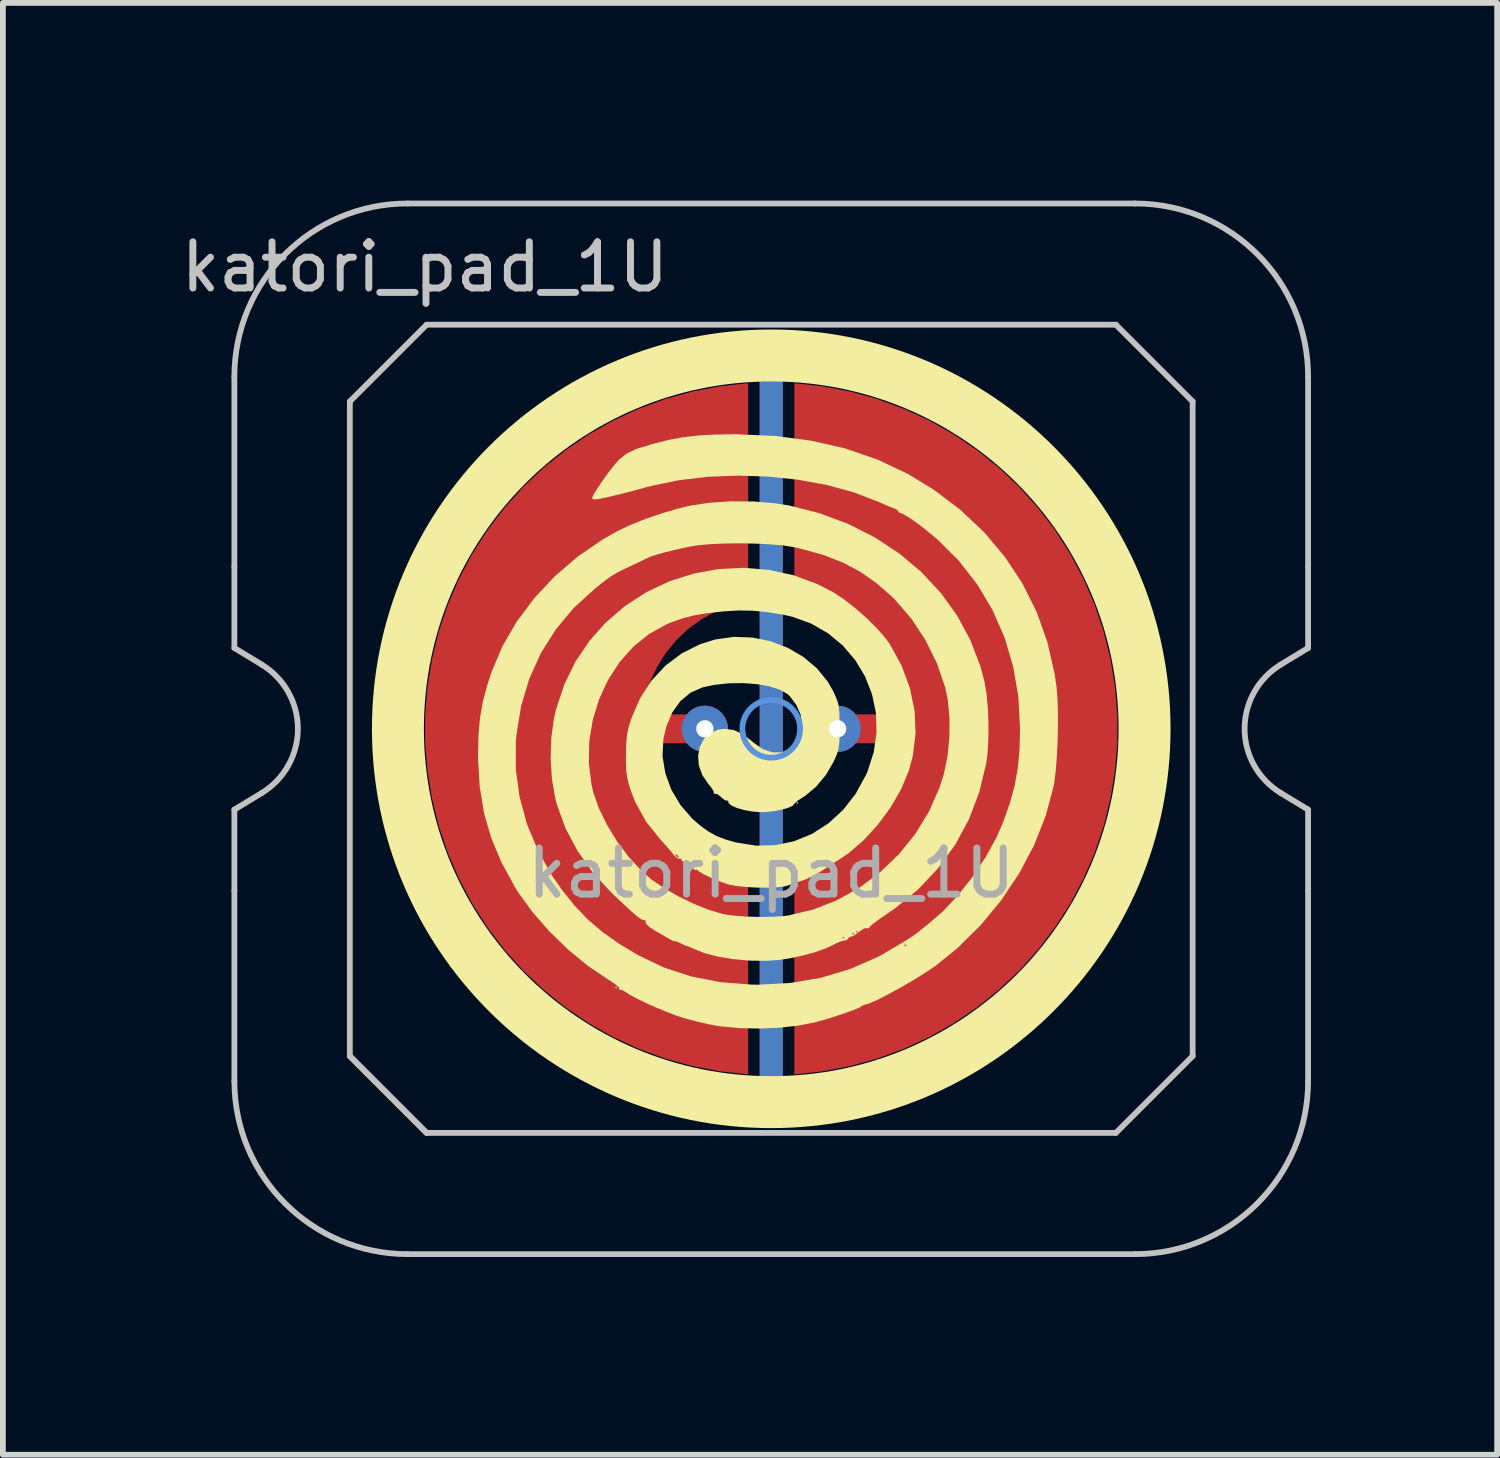
<source format=kicad_pcb>
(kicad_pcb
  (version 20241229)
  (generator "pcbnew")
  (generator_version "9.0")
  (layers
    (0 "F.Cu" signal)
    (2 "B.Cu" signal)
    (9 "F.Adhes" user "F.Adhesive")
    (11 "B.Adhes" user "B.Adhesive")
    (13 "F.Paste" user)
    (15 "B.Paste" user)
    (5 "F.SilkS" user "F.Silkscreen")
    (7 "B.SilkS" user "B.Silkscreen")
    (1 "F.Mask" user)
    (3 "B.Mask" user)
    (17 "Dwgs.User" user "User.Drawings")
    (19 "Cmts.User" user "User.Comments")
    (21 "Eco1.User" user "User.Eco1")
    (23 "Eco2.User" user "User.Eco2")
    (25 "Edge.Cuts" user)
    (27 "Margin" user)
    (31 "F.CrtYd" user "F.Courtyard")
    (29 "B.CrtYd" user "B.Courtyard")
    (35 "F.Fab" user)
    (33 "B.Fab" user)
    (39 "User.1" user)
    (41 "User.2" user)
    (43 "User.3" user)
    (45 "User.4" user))
  (footprint "katori_pad_1U"
    (layer "F.Cu")
    (at 10.31 9.575)
    (property "Reference" "katori_pad_1U" (at -6 -8 0) (layer "Dwgs.User") (effects (font (size 0.8 0.8) (thickness 0.12))))
    (attr exclude_from_pos_files exclude_from_bom)
    (fp_circle (center 0 0) (end -6.467 0) (stroke (width 0.9) (type solid)) (fill no) (layer "F.SilkS"))
    (fp_poly (pts (xy -2.67 4.483) (xy -2.687 4.5) (xy -2.704 4.483) (xy -2.687 4.467)) (stroke (width 0) (type solid)) (fill yes) (layer "F.SilkS"))
    (fp_poly (pts (xy 0.467 1.283) (xy 0.451 1.3) (xy 0.434 1.283) (xy 0.451 1.267)) (stroke (width 0) (type solid)) (fill yes) (layer "F.SilkS"))
    (fp_poly (pts (xy -0.595 -5.102) (xy 0.07 -5.073) (xy 0.696 -4.991) (xy 1.287 -4.855) (xy 1.842 -4.664) (xy 2.365 -4.417) (xy 2.809 -4.147) (xy 3.278 -3.792) (xy 3.693 -3.4) (xy 4.052 -2.973) (xy 4.354 -2.513) (xy 4.599 -2.021) (xy 4.784 -1.5) (xy 4.909 -0.951) (xy 4.943 -0.72) (xy 4.958 -0.53) (xy 4.966 -0.296) (xy 4.966 -0.036) (xy 4.96 0.233) (xy 4.947 0.495) (xy 4.928 0.731) (xy 4.904 0.926) (xy 4.892 0.994) (xy 4.754 1.509) (xy 4.554 2.014) (xy 4.296 2.503) (xy 3.986 2.968) (xy 3.628 3.402) (xy 3.227 3.798) (xy 2.856 4.099) (xy 2.725 4.189) (xy 2.565 4.291) (xy 2.387 4.398) (xy 2.204 4.503) (xy 2.027 4.599) (xy 1.869 4.681) (xy 1.741 4.74) (xy 1.655 4.771) (xy 1.645 4.773) (xy 1.586 4.792) (xy 1.569 4.803) (xy 1.523 4.83) (xy 1.426 4.871) (xy 1.292 4.92) (xy 1.134 4.973) (xy 0.966 5.026) (xy 0.802 5.073) (xy 0.749 5.087) (xy 0.465 5.142) (xy 0.14 5.178) (xy -0.206 5.192) (xy -0.551 5.185) (xy -0.872 5.155) (xy -1.001 5.135) (xy -1.189 5.095) (xy -1.393 5.044) (xy -1.578 4.99) (xy -1.642 4.969) (xy -1.81 4.905) (xy -1.989 4.831) (xy -2.165 4.752) (xy -2.322 4.676) (xy -2.448 4.609) (xy -2.528 4.558) (xy -2.536 4.551) (xy -2.59 4.521) (xy -2.62 4.525) (xy -2.633 4.527) (xy -2.626 4.512) (xy -2.642 4.476) (xy -2.71 4.418) (xy -2.823 4.344) (xy -2.833 4.338) (xy -3.175 4.108) (xy -3.516 3.827) (xy -3.841 3.512) (xy -4.135 3.176) (xy -4.382 2.835) (xy -4.435 2.75) (xy -4.672 2.317) (xy -4.851 1.891) (xy -4.976 1.458) (xy -5.05 1.003) (xy -5.079 0.513) (xy -5.079 0.433) (xy -5.071 0.101) (xy -5.045 -0.192) (xy -4.996 -0.469) (xy -4.919 -0.757) (xy -4.846 -0.982) (xy -4.658 -1.428) (xy -4.409 -1.856) (xy -4.106 -2.262) (xy -3.754 -2.638) (xy -3.358 -2.979) (xy -2.924 -3.278) (xy -2.656 -3.43) (xy -2.439 -3.532) (xy -2.179 -3.636) (xy -1.898 -3.732) (xy -1.619 -3.814) (xy -1.402 -3.866) (xy -1.065 -3.917) (xy -0.692 -3.941) (xy -0.308 -3.938) (xy 0.061 -3.908) (xy 0.31 -3.869) (xy 0.839 -3.734) (xy 1.336 -3.548) (xy 1.798 -3.314) (xy 2.22 -3.036) (xy 2.6 -2.716) (xy 2.934 -2.358) (xy 3.218 -1.965) (xy 3.448 -1.54) (xy 3.622 -1.086) (xy 3.694 -0.817) (xy 3.729 -0.611) (xy 3.752 -0.361) (xy 3.763 -0.09) (xy 3.761 0.18) (xy 3.747 0.427) (xy 3.725 0.595) (xy 3.604 1.096) (xy 3.425 1.568) (xy 3.187 2.008) (xy 2.893 2.413) (xy 2.546 2.782) (xy 2.145 3.11) (xy 1.996 3.213) (xy 1.872 3.298) (xy 1.773 3.371) (xy 1.711 3.424) (xy 1.695 3.448) (xy 1.69 3.458) (xy 1.666 3.451) (xy 1.607 3.459) (xy 1.531 3.509) (xy 1.523 3.515) (xy 1.451 3.571) (xy 1.39 3.599) (xy 1.383 3.6) (xy 1.34 3.619) (xy 1.335 3.633) (xy 1.307 3.661) (xy 1.27 3.667) (xy 1.2 3.683) (xy 1.109 3.724) (xy 1.089 3.735) (xy 0.944 3.804) (xy 0.751 3.872) (xy 0.529 3.932) (xy 0.298 3.98) (xy 0.14 4.004) (xy -0.113 4.02) (xy -0.387 4.015) (xy -0.663 3.989) (xy -0.925 3.946) (xy -1.156 3.886) (xy -1.339 3.814) (xy -1.343 3.811) (xy -1.412 3.779) (xy -1.451 3.766) (xy -1.451 3.766) (xy -1.49 3.754) (xy -1.561 3.72) (xy -1.569 3.716) (xy -1.636 3.686) (xy -1.668 3.68) (xy -1.669 3.682) (xy -1.694 3.678) (xy -1.756 3.646) (xy -1.777 3.634) (xy -1.806 3.617) (xy 1.235 3.617) (xy 1.252 3.633) (xy 1.268 3.617) (xy 1.252 3.6) (xy 1.235 3.617) (xy -1.806 3.617) (xy -1.882 3.572) (xy -1.921 3.55) (xy 1.402 3.55) (xy 1.419 3.567) (xy 1.435 3.55) (xy 1.419 3.533) (xy 1.402 3.55) (xy -1.921 3.55) (xy -1.98 3.517) (xy 1.469 3.517) (xy 1.485 3.533) (xy 1.502 3.517) (xy 1.485 3.5) (xy 1.469 3.517) (xy -1.98 3.517) (xy -1.984 3.515) (xy -1.986 3.514) (xy -2.105 3.438) (xy -2.172 3.374) (xy -2.181 3.325) (xy -2.18 3.324) (xy -2.181 3.306) (xy -2.196 3.313) (xy -2.222 3.313) (xy -2.266 3.29) (xy -2.335 3.239) (xy -2.432 3.154) (xy -2.565 3.032) (xy -2.738 2.868) (xy -2.775 2.832) (xy -3.088 2.492) (xy -3.352 2.121) (xy -3.561 1.729) (xy -3.71 1.324) (xy -3.743 1.197) (xy -3.799 0.869) (xy -3.822 0.515) (xy -3.81 0.158) (xy -3.765 -0.177) (xy -3.729 -0.333) (xy -3.582 -0.774) (xy -3.388 -1.17) (xy -3.143 -1.531) (xy -2.872 -1.835) (xy -2.533 -2.128) (xy -2.16 -2.369) (xy -1.76 -2.557) (xy -1.341 -2.69) (xy -0.909 -2.768) (xy -0.472 -2.789) (xy -0.037 -2.753) (xy 0.391 -2.659) (xy 0.802 -2.506) (xy 1.084 -2.36) (xy 1.266 -2.238) (xy 1.462 -2.085) (xy 1.657 -1.913) (xy 1.834 -1.737) (xy 1.979 -1.57) (xy 2.054 -1.467) (xy 2.26 -1.09) (xy 2.403 -0.703) (xy 2.483 -0.311) (xy 2.5 0.082) (xy 2.452 0.47) (xy 2.383 0.728) (xy 2.251 1.045) (xy 2.068 1.361) (xy 1.846 1.663) (xy 1.597 1.934) (xy 1.333 2.16) (xy 1.235 2.227) (xy 1.102 2.313) (xy 0.953 2.41) (xy 0.856 2.473) (xy 0.733 2.544) (xy 0.608 2.604) (xy 0.523 2.634) (xy 0.414 2.667) (xy 0.319 2.702) (xy 0.304 2.71) (xy 0.219 2.733) (xy 0.084 2.747) (xy -0.083 2.752) (xy -0.265 2.75) (xy -0.447 2.739) (xy -0.611 2.721) (xy -0.74 2.696) (xy -0.768 2.688) (xy -0.918 2.633) (xy -1.06 2.573) (xy -1.178 2.516) (xy -1.256 2.469) (xy -1.276 2.45) (xy -1.299 2.437) (xy -1.301 2.447) (xy -1.32 2.448) (xy -1.36 2.41) (xy -1.419 2.366) (xy -1.465 2.36) (xy -1.494 2.357) (xy -1.488 2.338) (xy -1.492 2.306) (xy -1.519 2.3) (xy -1.555 2.284) (xy -1.552 2.267) (xy -1.557 2.248) (xy -1.58 2.252) (xy -1.633 2.24) (xy -1.694 2.179) (xy -1.696 2.177) (xy -1.696 2.176) (xy -1.663 2.176) (xy -1.655 2.195) (xy -1.622 2.231) (xy -1.602 2.223) (xy -1.602 2.219) (xy -1.626 2.19) (xy -1.641 2.18) (xy -1.663 2.176) (xy -1.696 2.176) (xy -1.755 2.103) (xy -1.84 2.005) (xy -1.921 1.917) (xy -2.166 1.612) (xy -2.352 1.277) (xy -2.426 1.09) (xy -2.47 0.954) (xy -2.497 0.837) (xy -2.512 0.717) (xy -2.517 0.57) (xy -2.517 0.45) (xy -2.512 0.264) (xy -2.5 0.12) (xy -2.476 -0.007) (xy -2.436 -0.142) (xy -2.423 -0.181) (xy -2.272 -0.529) (xy -2.074 -0.835) (xy -1.831 -1.096) (xy -1.55 -1.307) (xy -1.234 -1.465) (xy -0.967 -1.548) (xy -0.647 -1.593) (xy -0.326 -1.581) (xy -0.012 -1.517) (xy 0.284 -1.404) (xy 0.555 -1.247) (xy 0.79 -1.049) (xy 0.981 -0.815) (xy 1.078 -0.643) (xy 1.124 -0.54) (xy 1.155 -0.454) (xy 1.173 -0.367) (xy 1.181 -0.259) (xy 1.184 -0.111) (xy 1.185 -0.033) (xy 1.184 0.136) (xy 1.178 0.258) (xy 1.165 0.351) (xy 1.14 0.434) (xy 1.101 0.526) (xy 1.079 0.573) (xy 0.945 0.801) (xy 0.778 1.002) (xy 0.593 1.158) (xy 0.544 1.189) (xy 0.462 1.242) (xy 0.41 1.286) (xy 0.401 1.3) (xy 0.37 1.334) (xy 0.289 1.37) (xy 0.173 1.402) (xy 0.038 1.428) (xy -0.1 1.442) (xy -0.184 1.445) (xy -0.326 1.433) (xy -0.466 1.408) (xy -0.592 1.372) (xy -0.687 1.331) (xy -0.738 1.29) (xy -0.742 1.269) (xy -0.75 1.243) (xy -0.762 1.246) (xy -0.802 1.237) (xy -0.861 1.19) (xy -0.868 1.183) (xy -0.929 1.134) (xy -0.978 1.122) (xy -0.981 1.123) (xy -1.001 1.127) (xy -0.994 1.117) (xy -1 1.079) (xy -1.043 1.012) (xy -1.083 0.964) (xy -1.193 0.805) (xy -1.254 0.636) (xy -1.267 0.468) (xy -1.237 0.311) (xy -1.166 0.176) (xy -1.057 0.073) (xy -0.913 0.012) (xy -0.804 0) (xy -0.652 0.021) (xy -0.504 0.087) (xy -0.345 0.206) (xy -0.312 0.236) (xy -0.148 0.351) (xy 0.016 0.407) (xy 0.173 0.408) (xy 0.313 0.357) (xy 0.425 0.258) (xy 0.502 0.114) (xy 0.534 -0.07) (xy 0.534 -0.092) (xy 0.507 -0.251) (xy 0.433 -0.416) (xy 0.327 -0.559) (xy 0.28 -0.603) (xy 0.149 -0.678) (xy -0.033 -0.736) (xy -0.251 -0.774) (xy -0.492 -0.792) (xy -0.742 -0.788) (xy -0.986 -0.761) (xy -1.192 -0.717) (xy -1.4 -0.625) (xy -1.576 -0.477) (xy -1.717 -0.279) (xy -1.819 -0.035) (xy -1.869 0.183) (xy -1.883 0.475) (xy -1.835 0.768) (xy -1.731 1.054) (xy -1.573 1.32) (xy -1.367 1.558) (xy -1.235 1.672) (xy -1.09 1.778) (xy -0.952 1.855) (xy -0.796 1.916) (xy -0.61 1.969) (xy -0.265 2.024) (xy 0.072 2.016) (xy 0.397 1.947) (xy 0.705 1.821) (xy 0.988 1.64) (xy 1.243 1.407) (xy 1.463 1.125) (xy 1.642 0.797) (xy 1.667 0.741) (xy 1.777 0.4) (xy 1.824 0.059) (xy 1.813 -0.277) (xy 1.745 -0.601) (xy 1.625 -0.907) (xy 1.456 -1.189) (xy 1.242 -1.44) (xy 0.986 -1.653) (xy 0.692 -1.823) (xy 0.363 -1.942) (xy 0.191 -1.98) (xy -0.087 -2.024) (xy -0.328 -2.046) (xy -0.558 -2.05) (xy -0.805 -2.036) (xy -0.855 -2.031) (xy -1.128 -2) (xy -1.354 -1.961) (xy -1.553 -1.908) (xy -1.745 -1.839) (xy -1.817 -1.808) (xy -2.122 -1.639) (xy -2.394 -1.417) (xy -2.63 -1.15) (xy -2.827 -0.846) (xy -2.982 -0.512) (xy -3.091 -0.156) (xy -3.152 0.215) (xy -3.16 0.593) (xy -3.113 0.971) (xy -3.085 1.09) (xy -2.989 1.371) (xy -2.844 1.667) (xy -2.664 1.96) (xy -2.457 2.233) (xy -2.237 2.471) (xy -2.071 2.613) (xy -1.852 2.762) (xy -1.602 2.905) (xy -1.34 3.032) (xy -1.084 3.135) (xy -0.853 3.204) (xy -0.799 3.216) (xy -0.634 3.238) (xy -0.426 3.253) (xy -0.201 3.259) (xy 0.019 3.256) (xy 0.209 3.245) (xy 0.293 3.234) (xy 0.725 3.132) (xy 1.138 2.969) (xy 1.528 2.752) (xy 1.887 2.484) (xy 2.212 2.172) (xy 2.495 1.821) (xy 2.731 1.435) (xy 2.914 1.021) (xy 2.99 0.783) (xy 3.053 0.479) (xy 3.086 0.148) (xy 3.088 -0.187) (xy 3.058 -0.503) (xy 3.012 -0.722) (xy 2.868 -1.14) (xy 2.669 -1.541) (xy 2.423 -1.913) (xy 2.14 -2.241) (xy 2.094 -2.286) (xy 1.82 -2.526) (xy 1.54 -2.722) (xy 1.24 -2.881) (xy 0.906 -3.011) (xy 0.525 -3.116) (xy 0.366 -3.152) (xy 0.197 -3.178) (xy -0.021 -3.196) (xy -0.271 -3.208) (xy -0.536 -3.213) (xy -0.799 -3.21) (xy -1.042 -3.2) (xy -1.248 -3.182) (xy -1.335 -3.17) (xy -1.491 -3.14) (xy -1.661 -3.102) (xy -1.828 -3.06) (xy -1.975 -3.02) (xy -2.085 -2.985) (xy -2.134 -2.964) (xy -2.188 -2.937) (xy -2.284 -2.891) (xy -2.403 -2.835) (xy -2.437 -2.819) (xy -2.573 -2.755) (xy -2.675 -2.703) (xy -2.761 -2.651) (xy -2.849 -2.589) (xy -2.958 -2.505) (xy -3.053 -2.429) (xy -3.42 -2.095) (xy -3.732 -1.722) (xy -3.989 -1.314) (xy -4.189 -0.873) (xy -4.331 -0.402) (xy -4.413 0.096) (xy -4.425 0.235) (xy -4.424 0.71) (xy -4.359 1.184) (xy -4.23 1.653) (xy -4.041 2.11) (xy -3.793 2.55) (xy -3.621 2.796) (xy -3.402 3.068) (xy -3.176 3.304) (xy -2.928 3.516) (xy -2.644 3.717) (xy -2.309 3.919) (xy -2.303 3.923) (xy -1.862 4.134) (xy -1.386 4.29) (xy -0.878 4.389) (xy -0.343 4.431) (xy -0.228 4.433) (xy 0.33 4.403) (xy 0.864 4.312) (xy 1.377 4.157) (xy 1.871 3.94) (xy 2.193 3.75) (xy 2.303 3.75) (xy 2.32 3.767) (xy 2.336 3.75) (xy 2.32 3.733) (xy 2.303 3.75) (xy 2.193 3.75) (xy 2.35 3.657) (xy 2.353 3.655) (xy 2.454 3.587) (xy 2.531 3.533) (xy 2.569 3.503) (xy 2.57 3.502) (xy 2.605 3.472) (xy 2.673 3.418) (xy 2.704 3.395) (xy 2.971 3.165) (xy 3.236 2.883) (xy 3.487 2.565) (xy 3.713 2.225) (xy 3.903 1.879) (xy 4.017 1.617) (xy 4.133 1.289) (xy 4.216 0.985) (xy 4.271 0.681) (xy 4.301 0.355) (xy 4.31 0.002) (xy 4.281 -0.551) (xy 4.191 -1.081) (xy 4.04 -1.586) (xy 3.831 -2.062) (xy 3.565 -2.507) (xy 3.244 -2.918) (xy 2.868 -3.291) (xy 2.574 -3.529) (xy 2.454 -3.614) (xy 2.35 -3.682) (xy 2.276 -3.724) (xy 2.25 -3.733) (xy 2.208 -3.751) (xy 2.203 -3.764) (xy 2.175 -3.797) (xy 2.128 -3.819) (xy 2.058 -3.845) (xy 1.953 -3.889) (xy 1.852 -3.934) (xy 1.432 -4.096) (xy 0.967 -4.223) (xy 0.469 -4.314) (xy -0.05 -4.369) (xy -0.576 -4.386) (xy -1.099 -4.366) (xy -1.605 -4.306) (xy -2.082 -4.207) (xy -2.186 -4.179) (xy -2.419 -4.115) (xy -2.652 -4.056) (xy -2.863 -4.007) (xy -3.012 -3.976) (xy -3.079 -3.974) (xy -3.104 -3.993) (xy -3.085 -4.042) (xy -3.034 -4.13) (xy -2.96 -4.242) (xy -2.874 -4.366) (xy -2.784 -4.487) (xy -2.7 -4.592) (xy -2.642 -4.657) (xy -2.509 -4.766) (xy -2.345 -4.844) (xy -2.299 -4.86) (xy -2.02 -4.944) (xy -1.766 -5.007) (xy -1.519 -5.052) (xy -1.261 -5.081) (xy -0.975 -5.097) (xy -0.643 -5.102)) (stroke (width 0) (type solid)) (fill yes) (layer "F.SilkS"))
    (fp_line (start -9.3 -2.805) (end -9.3 -6.1) (stroke (width 0.1) (type solid)) (layer "Dwgs.User"))
    (fp_line (start -9.3 -1.4) (end -9.3 -2.805) (stroke (width 0.1) (type solid)) (layer "Dwgs.User"))
    (fp_line (start -9.3 1.4) (end -8.824 1.111) (stroke (width 0.1) (type solid)) (layer "Dwgs.User"))
    (fp_line (start -9.3 2.805) (end -9.3 1.4) (stroke (width 0.1) (type solid)) (layer "Dwgs.User"))
    (fp_line (start -9.3 6.1) (end -9.3 2.805) (stroke (width 0.1) (type solid)) (layer "Dwgs.User"))
    (fp_line (start -8.824 -1.111) (end -9.3 -1.4) (stroke (width 0.1) (type solid)) (layer "Dwgs.User"))
    (fp_line (start -7.3 -5.67) (end -5.97 -7) (stroke (width 0.1) (type solid)) (layer "Dwgs.User"))
    (fp_line (start -7.3 5.67) (end -7.3 -5.67) (stroke (width 0.1) (type solid)) (layer "Dwgs.User"))
    (fp_line (start -7.3 5.67) (end -5.97 7) (stroke (width 0.1) (type solid)) (layer "Dwgs.User"))
    (fp_line (start -6.3 -9.1) (end 6.3 -9.1) (stroke (width 0.1) (type solid)) (layer "Dwgs.User"))
    (fp_line (start -5.97 -7) (end 5.97 -7) (stroke (width 0.1) (type solid)) (layer "Dwgs.User"))
    (fp_line (start -5.97 7) (end -7.3 5.67) (stroke (width 0.1) (type solid)) (layer "Dwgs.User"))
    (fp_line (start 5.97 -7) (end 7.3 -5.67) (stroke (width 0.1) (type solid)) (layer "Dwgs.User"))
    (fp_line (start 5.97 7) (end -5.97 7) (stroke (width 0.1) (type solid)) (layer "Dwgs.User"))
    (fp_line (start 6.3 9.1) (end -6.3 9.1) (stroke (width 0.1) (type solid)) (layer "Dwgs.User"))
    (fp_line (start 7.3 -5.67) (end 7.3 5.67) (stroke (width 0.1) (type solid)) (layer "Dwgs.User"))
    (fp_line (start 7.3 5.67) (end 5.97 7) (stroke (width 0.1) (type solid)) (layer "Dwgs.User"))
    (fp_line (start 8.824 1.111) (end 9.3 1.4) (stroke (width 0.1) (type solid)) (layer "Dwgs.User"))
    (fp_line (start 9.3 -6.1) (end 9.3 -2.805) (stroke (width 0.1) (type solid)) (layer "Dwgs.User"))
    (fp_line (start 9.3 -2.805) (end 9.3 -1.4) (stroke (width 0.1) (type solid)) (layer "Dwgs.User"))
    (fp_line (start 9.3 -1.4) (end 8.824 -1.111) (stroke (width 0.1) (type solid)) (layer "Dwgs.User"))
    (fp_line (start 9.3 1.4) (end 9.3 2.805) (stroke (width 0.1) (type solid)) (layer "Dwgs.User"))
    (fp_line (start 9.3 2.805) (end 9.3 6.1) (stroke (width 0.1) (type solid)) (layer "Dwgs.User"))
    (fp_arc (start -9.3 -6.1) (mid -8.42132 -8.22132) (end -6.3 -9.1) (stroke (width 0.1) (type solid)) (layer "Dwgs.User"))
    (fp_arc (start -8.824333 -1.110619) (mid -8.2 0) (end -8.824333 1.110619) (stroke (width 0.1) (type solid)) (layer "Dwgs.User"))
    (fp_arc (start -6.3 9.1) (mid -8.42132 8.22132) (end -9.3 6.1) (stroke (width 0.1) (type solid)) (layer "Dwgs.User"))
    (fp_arc (start 6.3 -9.1) (mid 8.42132 -8.22132) (end 9.3 -6.1) (stroke (width 0.1) (type solid)) (layer "Dwgs.User"))
    (fp_arc (start 8.824333 1.110619) (mid 8.2 0) (end 8.824333 -1.110619) (stroke (width 0.1) (type solid)) (layer "Dwgs.User"))
    (fp_arc (start 9.3 6.1) (mid 8.42132 8.22132) (end 6.3 9.1) (stroke (width 0.1) (type solid)) (layer "Dwgs.User"))
    (fp_circle (center 0 0) (end 0.5 0) (stroke (width 0.1) (type default)) (fill no) (layer "Cmts.User"))
    (fp_rect (start -9.525 -9.525) (end 9.525 9.525) (stroke (width 0.1) (type default)) (fill no) (layer "Eco2.User"))
    (fp_text user "${REFERENCE}" (at 0 2.5 180) (layer "F.Fab") (effects (font (size 0.8 0.8) (thickness 0.12))))
    (pad "1" thru_hole circle (at -1.15 0 90) (size 0.8 0.8) (drill 0.3) (layers "*.Cu"))
    (pad "1" smd custom (at -1 0) (size 0.4 0.4) (layers "F.Cu") (options (anchor circle)) (primitives (gr_poly (pts (xy 0.6 -2.214) (xy 0.32 -2.145) (xy 0.052 -2.041) (xy -0.201 -1.903) (xy -0.434 -1.734) (xy -0.644 -1.536) (xy -0.826 -1.314) (xy -0.979 -1.07) (xy -1.1 -0.808) (xy -1.186 -0.534) (xy -1.236 -0.25) (xy 0 -0.25) (xy 0.096 -0.231) (xy 0.177 -0.177) (xy 0.231 -0.096) (xy 0.25 0) (xy 0.231 0.096) (xy 0.177 0.177) (xy 0.096 0.231) (xy 0 0.25) (xy -1.236 0.25) (xy -1.186 0.534) (xy -1.1 0.808) (xy -0.979 1.07) (xy -0.826 1.314) (xy -0.644 1.536) (xy -0.434 1.734) (xy -0.201 1.903) (xy 0.052 2.041) (xy 0.32 2.145) (xy 0.6 2.214) (xy 0.6 5.987) (xy 0.115 5.934) (xy -0.364 5.843) (xy -0.834 5.713) (xy -1.292 5.545) (xy -1.735 5.341) (xy -2.159 5.101) (xy -2.563 4.827) (xy -2.943 4.522) (xy -3.298 4.187) (xy -3.623 3.824) (xy -3.919 3.436) (xy -4.182 3.025) (xy -4.41 2.594) (xy -4.603 2.147) (xy -4.759 1.684) (xy -4.876 1.211) (xy -4.955 0.73) (xy -4.995 0.244) (xy -4.995 -0.244) (xy -4.955 -0.73) (xy -4.876 -1.211) (xy -4.759 -1.684) (xy -4.603 -2.147) (xy -4.41 -2.594) (xy -4.182 -3.025) (xy -3.919 -3.436) (xy -3.623 -3.824) (xy -3.298 -4.187) (xy -2.943 -4.522) (xy -2.563 -4.827) (xy -2.159 -5.101) (xy -1.735 -5.341) (xy -1.292 -5.545) (xy -0.834 -5.713) (xy -0.364 -5.843) (xy 0.115 -5.934) (xy 0.6 -5.987)) (width 0) (fill yes))))
    (pad "2" smd custom (at 1 0 180) (size 0.4 0.4) (layers "F.Cu") (options (anchor circle)) (primitives (gr_poly (pts (xy 0.6 -2.214) (xy 0.32 -2.145) (xy 0.052 -2.041) (xy -0.201 -1.903) (xy -0.434 -1.734) (xy -0.644 -1.536) (xy -0.826 -1.314) (xy -0.979 -1.07) (xy -1.1 -0.808) (xy -1.186 -0.534) (xy -1.236 -0.25) (xy 0 -0.25) (xy 0.096 -0.231) (xy 0.177 -0.177) (xy 0.231 -0.096) (xy 0.25 0) (xy 0.231 0.096) (xy 0.177 0.177) (xy 0.096 0.231) (xy 0 0.25) (xy -1.236 0.25) (xy -1.186 0.534) (xy -1.1 0.808) (xy -0.979 1.07) (xy -0.826 1.314) (xy -0.644 1.536) (xy -0.434 1.734) (xy -0.201 1.903) (xy 0.052 2.041) (xy 0.32 2.145) (xy 0.6 2.214) (xy 0.6 5.987) (xy 0.115 5.934) (xy -0.364 5.843) (xy -0.834 5.713) (xy -1.292 5.545) (xy -1.735 5.341) (xy -2.159 5.101) (xy -2.563 4.827) (xy -2.943 4.522) (xy -3.298 4.187) (xy -3.623 3.824) (xy -3.919 3.436) (xy -4.182 3.025) (xy -4.41 2.594) (xy -4.603 2.147) (xy -4.759 1.684) (xy -4.876 1.211) (xy -4.955 0.73) (xy -4.995 0.244) (xy -4.995 -0.244) (xy -4.955 -0.73) (xy -4.876 -1.211) (xy -4.759 -1.684) (xy -4.603 -2.147) (xy -4.41 -2.594) (xy -4.182 -3.025) (xy -3.919 -3.436) (xy -3.623 -3.824) (xy -3.298 -4.187) (xy -2.943 -4.522) (xy -2.563 -4.827) (xy -2.159 -5.101) (xy -1.735 -5.341) (xy -1.292 -5.545) (xy -0.834 -5.713) (xy -0.364 -5.843) (xy 0.115 -5.934) (xy 0.6 -5.987)) (width 0) (fill yes))))
    (pad "2" thru_hole circle (at 1.15 0 90) (size 0.8 0.8) (drill 0.3) (layers "*.Cu"))
    (pad "3" smd roundrect (at 0 0) (size 0.4 12.5) (layers "B.Cu") (roundrect_rratio 0.5))
    (pad "3" smd roundrect (at 0 0) (size 0.4 12.75) (layers "F.Cu") (roundrect_rratio 0.5))
    (zone (net_name "") (layer "F.Cu") (hatch edge 0.508) (connect_pads) (min_thickness 0.254) (filled_areas_thickness no) (keepout (tracks allowed) (vias allowed) (pads allowed) (copperpour not_allowed) (footprints allowed)) (placement (enabled no)) (fill) (polygon (pts (xy 10.31 15.825) (xy 9.765 15.801) (xy 9.224 15.73) (xy 8.692 15.612) (xy 8.172 15.448) (xy 7.668 15.239) (xy 7.185 14.988) (xy 6.725 14.695) (xy 6.292 14.363) (xy 5.89 13.994) (xy 5.522 13.592) (xy 5.19 13.16) (xy 4.897 12.7) (xy 4.645 12.216) (xy 4.436 11.713) (xy 4.273 11.193) (xy 4.155 10.66) (xy 4.083 10.12) (xy 4.06 9.575) (xy 4.083 9.03) (xy 4.155 8.49) (xy 4.273 7.957) (xy 4.436 7.437) (xy 4.645 6.934) (xy 4.897 6.45) (xy 5.19 5.99) (xy 5.522 5.558) (xy 5.89 5.156) (xy 6.292 4.787) (xy 6.725 4.455) (xy 7.185 4.162) (xy 7.668 3.911) (xy 8.172 3.702) (xy 8.692 3.538) (xy 9.224 3.42) (xy 9.765 3.349) (xy 10.31 3.325) (xy 10.854 3.349) (xy 11.395 3.42) (xy 11.927 3.538) (xy 12.447 3.702) (xy 12.951 3.911) (xy 13.435 4.162) (xy 13.894 4.455) (xy 14.327 4.787) (xy 14.729 5.156) (xy 15.097 5.558) (xy 15.429 5.99) (xy 15.722 6.45) (xy 15.974 6.934) (xy 16.183 7.437) (xy 16.347 7.957) (xy 16.465 8.49) (xy 16.536 9.03) (xy 16.56 9.575) (xy 16.536 10.12) (xy 16.465 10.66) (xy 16.347 11.193) (xy 16.183 11.713) (xy 15.974 12.216) (xy 15.722 12.7) (xy 15.429 13.16) (xy 15.097 13.592) (xy 14.729 13.994) (xy 14.327 14.363) (xy 13.894 14.695) (xy 13.435 14.988) (xy 12.951 15.239) (xy 12.447 15.448) (xy 11.927 15.612) (xy 11.395 15.73) (xy 10.854 15.801))))
    (zone (net_name "") (layer "B.Cu") (hatch edge 0.1) (connect_pads) (min_thickness 0.254) (filled_areas_thickness no) (keepout (tracks allowed) (vias allowed) (pads allowed) (copperpour not_allowed) (footprints allowed)) (placement (enabled no)) (fill) (polygon (pts (xy 10.31 15.575) (xy 9.787 15.552) (xy 9.268 15.484) (xy 8.757 15.371) (xy 8.257 15.213) (xy 7.774 15.013) (xy 7.31 14.771) (xy 6.868 14.49) (xy 6.453 14.171) (xy 6.067 13.818) (xy 5.713 13.432) (xy 5.395 13.016) (xy 5.113 12.575) (xy 4.872 12.111) (xy 4.671 11.627) (xy 4.514 11.128) (xy 4.401 10.617) (xy 4.332 10.098) (xy 4.31 9.575) (xy 4.332 9.052) (xy 4.401 8.533) (xy 4.514 8.022) (xy 4.671 7.523) (xy 4.872 7.039) (xy 5.113 6.575) (xy 5.395 6.134) (xy 5.713 5.718) (xy 6.067 5.332) (xy 6.453 4.979) (xy 6.868 4.66) (xy 7.31 4.379) (xy 7.774 4.137) (xy 8.257 3.937) (xy 8.757 3.779) (xy 9.268 3.666) (xy 9.787 3.598) (xy 10.31 3.575) (xy 10.832 3.598) (xy 11.351 3.666) (xy 11.862 3.779) (xy 12.362 3.937) (xy 12.845 4.137) (xy 13.31 4.379) (xy 13.751 4.66) (xy 14.166 4.979) (xy 14.552 5.332) (xy 14.906 5.718) (xy 15.224 6.134) (xy 15.506 6.575) (xy 15.747 7.039) (xy 15.948 7.523) (xy 16.105 8.022) (xy 16.218 8.533) (xy 16.287 9.052) (xy 16.31 9.575) (xy 16.287 10.098) (xy 16.218 10.617) (xy 16.105 11.128) (xy 15.948 11.627) (xy 15.747 12.111) (xy 15.506 12.575) (xy 15.224 13.016) (xy 14.906 13.432) (xy 14.552 13.818) (xy 14.166 14.171) (xy 13.751 14.49) (xy 13.31 14.771) (xy 12.845 15.013) (xy 12.362 15.213) (xy 11.862 15.371) (xy 11.351 15.484) (xy 10.832 15.552)))))
  (gr_rect
    (start -3 -3)
    (end 22.885 22.15)
    (stroke (width 0.1) (type default))
    (fill no)
    (layer "Edge.Cuts")))
</source>
